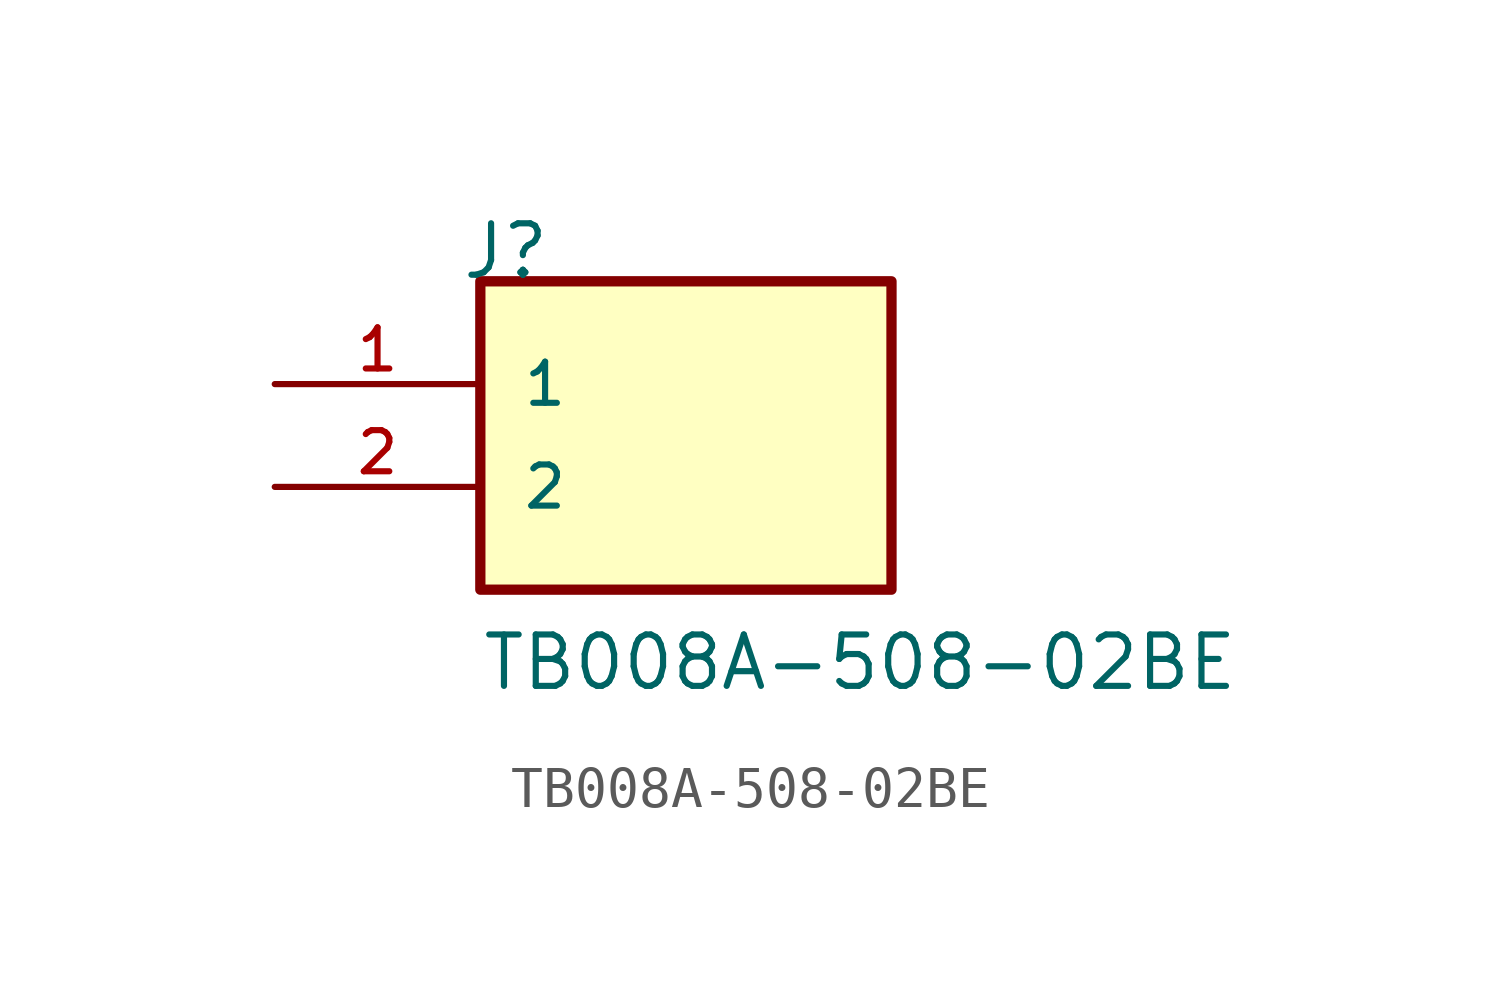
<source format=kicad_sym>
(kicad_symbol_lib
  (version 20211014)
  (generator kicad_symbol_editor)
  (symbol "TB008A-508-02BE"
    (pin_names
      (offset 1.016))
    (property "Reference" "J"
      (at -5.58 5.08 0)
      (effects (font (size 1.27 1.27)) (justify bottom left)))
    (property "Value" "TB008A-508-02BE"
      (at -5.08 -5.08 0)
      (effects (font (size 1.27 1.27)) (justify bottom left)))
    (symbol "TB008A-508-02BE_0_0"
      (rectangle (start -5.08 -2.54) (end 5.08 5.08) (stroke (width 0.254)) (fill (type background)))
      (pin passive line (at -10.16 2.54 0) (length 5.08) (name "1" (effects (font (size 1.016 1.016)))) (number "1" (effects (font (size 1.016 1.016)))))
      (pin passive line (at -10.16 0.0 0) (length 5.08) (name "2" (effects (font (size 1.016 1.016)))) (number "2" (effects (font (size 1.016 1.016))))))))
</source>
